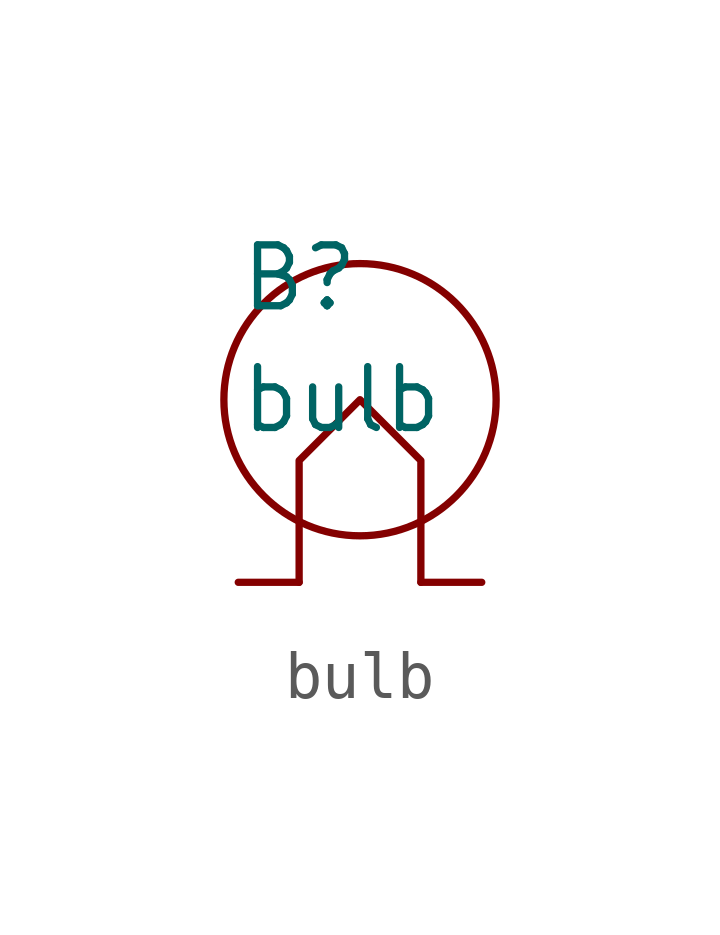
<source format=kicad_sym>
(kicad_symbol_lib
  (version 20231120)
  (generator "kicad_symbol_editor")
  (generator_version "8.0")
  (symbol "bulb"
    (pin_numbers hide)
    (pin_names
      (offset 0) hide)
    (property "Reference" "B"
      (at -2.54 5.08 0)
      (effects (font (size 1.27 1.27)) (justify left)))
    (property "Value" "bulb"
      (at -2.54 2.54 0)
      (effects (font (size 1.27 1.27)) (justify left)))
    (symbol "bulb_0_1"
      (polyline (pts (xy -1.27 -1.27) (xy -1.27 1.27) (xy 0 2.54) (xy 1.27 1.27) (xy 1.27 -1.27)) (stroke (width 0) (type default)) (fill (type none)))
      (circle (center 0 2.54) (radius 2.84) (stroke (width 0) (type default)) (fill (type none))))
    (symbol "bulb_1_1"
      (pin passive line (at -2.54 -1.27 0) (length 1.27) (name "~" (effects (font (size 1.27 1.27)))) (number "1" (effects (font (size 1.27 1.27)))))
      (pin passive line (at 2.54 -1.27 180) (length 1.27) (name "~" (effects (font (size 1.27 1.27)))) (number "2" (effects (font (size 1.27 1.27))))))))
</source>
